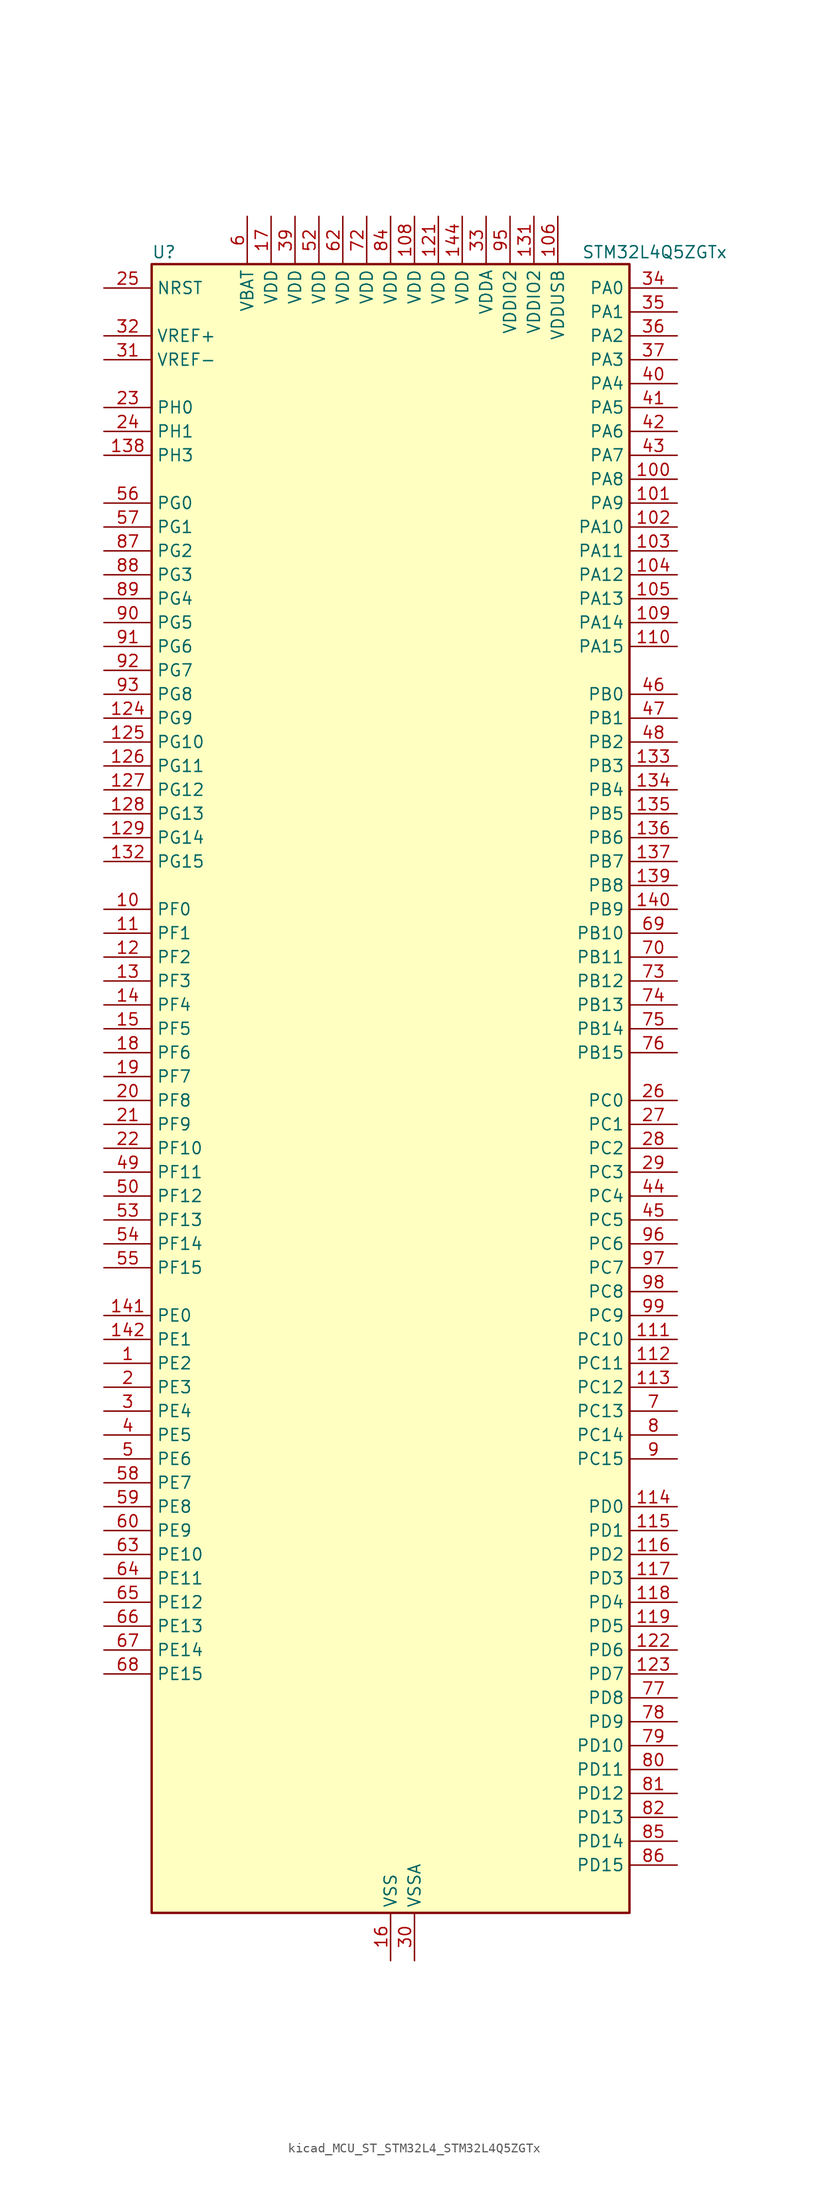
<source format=kicad_sym>
(kicad_symbol_lib
  (version 20220914)
  (generator kicad_symbol_editor)
  (symbol "kicad_MCU_ST_STM32L4_STM32L4Q5ZGTx"
    (property "Reference" "U"
      (at -25.4 90.17 0)
      (effects (font (size 1.27 1.27)) (justify left)))
    (property "Value" "STM32L4Q5ZGTx"
      (at 20.32 90.17 0)
      (effects (font (size 1.27 1.27)) (justify left)))
    (property "ki_locked" ""
      (at 0 0 0)
      (effects (font (size 1.27 1.27))))
    (symbol "kicad_MCU_ST_STM32L4_STM32L4Q5ZGTx_0_1"
      (rectangle (start -25.4 -86.36) (end 25.4 88.9) (stroke (width 0.254) (type default)) (fill (type background))))
    (symbol "kicad_MCU_ST_STM32L4_STM32L4Q5ZGTx_1_1"
      (pin bidirectional line (at -30.48 -27.94 0) (length 5.08) (name "PE2" (effects (font (size 1.27 1.27)))) (number "1" (effects (font (size 1.27 1.27)))) (alternate "FMC_A23" bidirectional line) (alternate "LTDC_R7" bidirectional line) (alternate "SAI1_CK1" bidirectional line) (alternate "SAI1_MCLK_A" bidirectional line) (alternate "SYS_TRACECLK" bidirectional line) (alternate "TIM3_ETR" bidirectional line) (alternate "TSC_G7_IO1" bidirectional line))
      (pin bidirectional line (at -30.48 20.32 0) (length 5.08) (name "PF0" (effects (font (size 1.27 1.27)))) (number "10" (effects (font (size 1.27 1.27)))) (alternate "FMC_A0" bidirectional line) (alternate "I2C2_SDA" bidirectional line) (alternate "OCTOSPIM_P2_IO0" bidirectional line))
      (pin bidirectional line (at 30.48 66.04 180) (length 5.08) (name "PA8" (effects (font (size 1.27 1.27)))) (number "100" (effects (font (size 1.27 1.27)))) (alternate "LPTIM2_OUT" bidirectional line) (alternate "LTDC_B7" bidirectional line) (alternate "RCC_MCO" bidirectional line) (alternate "SAI1_CK2" bidirectional line) (alternate "SAI1_SCK_A" bidirectional line) (alternate "TIM1_CH1" bidirectional line) (alternate "USART1_CK" bidirectional line) (alternate "USB_OTG_FS_SOF" bidirectional line))
      (pin bidirectional line (at 30.48 63.5 180) (length 5.08) (name "PA9" (effects (font (size 1.27 1.27)))) (number "101" (effects (font (size 1.27 1.27)))) (alternate "DAC1_EXTI9" bidirectional line) (alternate "DCMI_D0" bidirectional line) (alternate "LTDC_G7" bidirectional line) (alternate "PSSI_D0" bidirectional line) (alternate "SAI1_FS_A" bidirectional line) (alternate "SPI2_SCK" bidirectional line) (alternate "TIM15_BKIN" bidirectional line) (alternate "TIM1_CH2" bidirectional line) (alternate "USART1_TX" bidirectional line) (alternate "USB_OTG_FS_VBUS" bidirectional line))
      (pin bidirectional line (at 30.48 60.96 180) (length 5.08) (name "PA10" (effects (font (size 1.27 1.27)))) (number "102" (effects (font (size 1.27 1.27)))) (alternate "DCMI_D1" bidirectional line) (alternate "LTDC_G6" bidirectional line) (alternate "PSSI_D1" bidirectional line) (alternate "SAI1_D1" bidirectional line) (alternate "SAI1_SD_A" bidirectional line) (alternate "TIM17_BKIN" bidirectional line) (alternate "TIM1_CH3" bidirectional line) (alternate "USART1_RX" bidirectional line) (alternate "USB_OTG_FS_ID" bidirectional line))
      (pin bidirectional line (at 30.48 58.42 180) (length 5.08) (name "PA11" (effects (font (size 1.27 1.27)))) (number "103" (effects (font (size 1.27 1.27)))) (alternate "ADC1_EXTI11" bidirectional line) (alternate "ADC2_EXTI11" bidirectional line) (alternate "CAN1_RX" bidirectional line) (alternate "LTDC_DE" bidirectional line) (alternate "SPI1_MISO" bidirectional line) (alternate "TIM1_BKIN2" bidirectional line) (alternate "TIM1_CH4" bidirectional line) (alternate "USART1_CTS" bidirectional line) (alternate "USART1_NSS" bidirectional line) (alternate "USB_OTG_FS_DM" bidirectional line))
      (pin bidirectional line (at 30.48 55.88 180) (length 5.08) (name "PA12" (effects (font (size 1.27 1.27)))) (number "104" (effects (font (size 1.27 1.27)))) (alternate "CAN1_TX" bidirectional line) (alternate "LTDC_VSYNC" bidirectional line) (alternate "OCTOSPIM_P2_NCS" bidirectional line) (alternate "SPI1_MOSI" bidirectional line) (alternate "TIM1_ETR" bidirectional line) (alternate "USART1_DE" bidirectional line) (alternate "USART1_RTS" bidirectional line) (alternate "USB_OTG_FS_DP" bidirectional line))
      (pin bidirectional line (at 30.48 53.34 180) (length 5.08) (name "PA13" (effects (font (size 1.27 1.27)))) (number "105" (effects (font (size 1.27 1.27)))) (alternate "IR_OUT" bidirectional line) (alternate "SAI1_SD_B" bidirectional line) (alternate "SYS_JTMS-SWDIO" bidirectional line) (alternate "USB_OTG_FS_NOE" bidirectional line))
      (pin power_in line (at 17.78 93.98 270) (length 5.08) (name "VDDUSB" (effects (font (size 1.27 1.27)))) (number "106" (effects (font (size 1.27 1.27)))))
      (pin passive line (at 0 -91.44 90) (length 5.08) hide (name "VSS" (effects (font (size 1.27 1.27)))) (number "107" (effects (font (size 1.27 1.27)))))
      (pin power_in line (at 2.54 93.98 270) (length 5.08) (name "VDD" (effects (font (size 1.27 1.27)))) (number "108" (effects (font (size 1.27 1.27)))))
      (pin bidirectional line (at 30.48 50.8 180) (length 5.08) (name "PA14" (effects (font (size 1.27 1.27)))) (number "109" (effects (font (size 1.27 1.27)))) (alternate "I2C1_SMBA" bidirectional line) (alternate "I2C4_SMBA" bidirectional line) (alternate "LPTIM1_OUT" bidirectional line) (alternate "SAI1_FS_B" bidirectional line) (alternate "SYS_JTCK-SWCLK" bidirectional line) (alternate "USB_OTG_FS_SOF" bidirectional line))
      (pin bidirectional line (at -30.48 17.78 0) (length 5.08) (name "PF1" (effects (font (size 1.27 1.27)))) (number "11" (effects (font (size 1.27 1.27)))) (alternate "FMC_A1" bidirectional line) (alternate "I2C2_SCL" bidirectional line) (alternate "OCTOSPIM_P2_IO1" bidirectional line))
      (pin bidirectional line (at 30.48 48.26 180) (length 5.08) (name "PA15" (effects (font (size 1.27 1.27)))) (number "110" (effects (font (size 1.27 1.27)))) (alternate "ADC1_EXTI15" bidirectional line) (alternate "ADC2_EXTI15" bidirectional line) (alternate "LTDC_HSYNC" bidirectional line) (alternate "SAI2_FS_B" bidirectional line) (alternate "SPI1_NSS" bidirectional line) (alternate "SPI3_NSS" bidirectional line) (alternate "SYS_JTDI" bidirectional line) (alternate "TIM2_CH1" bidirectional line) (alternate "TIM2_ETR" bidirectional line) (alternate "TSC_G3_IO1" bidirectional line) (alternate "UART4_DE" bidirectional line) (alternate "UART4_RTS" bidirectional line) (alternate "USART2_RX" bidirectional line) (alternate "USART3_DE" bidirectional line) (alternate "USART3_RTS" bidirectional line))
      (pin bidirectional line (at 30.48 -25.4 180) (length 5.08) (name "PC10" (effects (font (size 1.27 1.27)))) (number "111" (effects (font (size 1.27 1.27)))) (alternate "DCMI_D8" bidirectional line) (alternate "DCMI_VSYNC" bidirectional line) (alternate "PSSI_D8" bidirectional line) (alternate "PSSI_RDY" bidirectional line) (alternate "SAI2_SCK_B" bidirectional line) (alternate "SDMMC1_D2" bidirectional line) (alternate "SPI3_SCK" bidirectional line) (alternate "SYS_TRACED1" bidirectional line) (alternate "TSC_G3_IO2" bidirectional line) (alternate "UART4_TX" bidirectional line) (alternate "USART3_TX" bidirectional line))
      (pin bidirectional line (at 30.48 -27.94 180) (length 5.08) (name "PC11" (effects (font (size 1.27 1.27)))) (number "112" (effects (font (size 1.27 1.27)))) (alternate "ADC1_EXTI11" bidirectional line) (alternate "ADC2_EXTI11" bidirectional line) (alternate "DCMI_D2" bidirectional line) (alternate "DCMI_D4" bidirectional line) (alternate "OCTOSPIM_P1_NCS" bidirectional line) (alternate "PSSI_D2" bidirectional line) (alternate "PSSI_D4" bidirectional line) (alternate "SAI2_MCLK_B" bidirectional line) (alternate "SDMMC1_D3" bidirectional line) (alternate "SPI3_MISO" bidirectional line) (alternate "TSC_G3_IO3" bidirectional line) (alternate "UART4_RX" bidirectional line) (alternate "USART3_RX" bidirectional line))
      (pin bidirectional line (at 30.48 -30.48 180) (length 5.08) (name "PC12" (effects (font (size 1.27 1.27)))) (number "113" (effects (font (size 1.27 1.27)))) (alternate "DCMI_D9" bidirectional line) (alternate "LTDC_R6" bidirectional line) (alternate "PSSI_D9" bidirectional line) (alternate "SAI2_SD_B" bidirectional line) (alternate "SDMMC1_CK" bidirectional line) (alternate "SPI3_MOSI" bidirectional line) (alternate "SYS_TRACED3" bidirectional line) (alternate "TSC_G3_IO4" bidirectional line) (alternate "UART5_TX" bidirectional line) (alternate "USART3_CK" bidirectional line))
      (pin bidirectional line (at 30.48 -43.18 180) (length 5.08) (name "PD0" (effects (font (size 1.27 1.27)))) (number "114" (effects (font (size 1.27 1.27)))) (alternate "CAN1_RX" bidirectional line) (alternate "FMC_D2" bidirectional line) (alternate "FMC_DA2" bidirectional line) (alternate "LTDC_B4" bidirectional line) (alternate "SPI2_NSS" bidirectional line))
      (pin bidirectional line (at 30.48 -45.72 180) (length 5.08) (name "PD1" (effects (font (size 1.27 1.27)))) (number "115" (effects (font (size 1.27 1.27)))) (alternate "CAN1_TX" bidirectional line) (alternate "FMC_D3" bidirectional line) (alternate "FMC_DA3" bidirectional line) (alternate "LTDC_B5" bidirectional line) (alternate "SPI2_SCK" bidirectional line))
      (pin bidirectional line (at 30.48 -48.26 180) (length 5.08) (name "PD2" (effects (font (size 1.27 1.27)))) (number "116" (effects (font (size 1.27 1.27)))) (alternate "DCMI_D11" bidirectional line) (alternate "PSSI_D11" bidirectional line) (alternate "SDMMC1_CMD" bidirectional line) (alternate "SYS_TRACED2" bidirectional line) (alternate "TIM3_ETR" bidirectional line) (alternate "TSC_SYNC" bidirectional line) (alternate "UART5_RX" bidirectional line) (alternate "USART3_DE" bidirectional line) (alternate "USART3_RTS" bidirectional line))
      (pin bidirectional line (at 30.48 -50.8 180) (length 5.08) (name "PD3" (effects (font (size 1.27 1.27)))) (number "117" (effects (font (size 1.27 1.27)))) (alternate "DCMI_D5" bidirectional line) (alternate "DFSDM1_DATIN0" bidirectional line) (alternate "FMC_CLK" bidirectional line) (alternate "LTDC_CLK" bidirectional line) (alternate "OCTOSPIM_P2_NCS" bidirectional line) (alternate "PSSI_D5" bidirectional line) (alternate "SPI2_MISO" bidirectional line) (alternate "SPI2_SCK" bidirectional line) (alternate "USART2_CTS" bidirectional line) (alternate "USART2_NSS" bidirectional line))
      (pin bidirectional line (at 30.48 -53.34 180) (length 5.08) (name "PD4" (effects (font (size 1.27 1.27)))) (number "118" (effects (font (size 1.27 1.27)))) (alternate "DFSDM1_CKIN0" bidirectional line) (alternate "FMC_NOE" bidirectional line) (alternate "OCTOSPIM_P1_IO4" bidirectional line) (alternate "SDMMC2_CKIN" bidirectional line) (alternate "SPI2_MOSI" bidirectional line) (alternate "USART2_DE" bidirectional line) (alternate "USART2_RTS" bidirectional line))
      (pin bidirectional line (at 30.48 -55.88 180) (length 5.08) (name "PD5" (effects (font (size 1.27 1.27)))) (number "119" (effects (font (size 1.27 1.27)))) (alternate "FMC_NWE" bidirectional line) (alternate "OCTOSPIM_P1_IO5" bidirectional line) (alternate "USART2_TX" bidirectional line))
      (pin bidirectional line (at -30.48 15.24 0) (length 5.08) (name "PF2" (effects (font (size 1.27 1.27)))) (number "12" (effects (font (size 1.27 1.27)))) (alternate "FMC_A2" bidirectional line) (alternate "I2C2_SMBA" bidirectional line) (alternate "OCTOSPIM_P2_IO2" bidirectional line))
      (pin passive line (at 0 -91.44 90) (length 5.08) hide (name "VSS" (effects (font (size 1.27 1.27)))) (number "120" (effects (font (size 1.27 1.27)))))
      (pin power_in line (at 5.08 93.98 270) (length 5.08) (name "VDD" (effects (font (size 1.27 1.27)))) (number "121" (effects (font (size 1.27 1.27)))))
      (pin bidirectional line (at 30.48 -58.42 180) (length 5.08) (name "PD6" (effects (font (size 1.27 1.27)))) (number "122" (effects (font (size 1.27 1.27)))) (alternate "DCMI_D10" bidirectional line) (alternate "DFSDM1_DATIN1" bidirectional line) (alternate "FMC_NWAIT" bidirectional line) (alternate "LTDC_DE" bidirectional line) (alternate "OCTOSPIM_P1_IO6" bidirectional line) (alternate "PSSI_D10" bidirectional line) (alternate "SAI1_D1" bidirectional line) (alternate "SAI1_SD_A" bidirectional line) (alternate "SDMMC2_CK" bidirectional line) (alternate "SPI3_MOSI" bidirectional line) (alternate "USART2_RX" bidirectional line))
      (pin bidirectional line (at 30.48 -60.96 180) (length 5.08) (name "PD7" (effects (font (size 1.27 1.27)))) (number "123" (effects (font (size 1.27 1.27)))) (alternate "DFSDM1_CKIN1" bidirectional line) (alternate "FMC_NCE" bidirectional line) (alternate "FMC_NE1" bidirectional line) (alternate "OCTOSPIM_P1_IO7" bidirectional line) (alternate "SDMMC2_CMD" bidirectional line) (alternate "USART2_CK" bidirectional line))
      (pin bidirectional line (at -30.48 40.64 0) (length 5.08) (name "PG9" (effects (font (size 1.27 1.27)))) (number "124" (effects (font (size 1.27 1.27)))) (alternate "DAC1_EXTI9" bidirectional line) (alternate "FMC_NCE" bidirectional line) (alternate "FMC_NE2" bidirectional line) (alternate "OCTOSPIM_P2_IO6" bidirectional line) (alternate "SAI2_SCK_A" bidirectional line) (alternate "SDMMC2_D0" bidirectional line) (alternate "SPI3_SCK" bidirectional line) (alternate "TIM15_CH1N" bidirectional line) (alternate "USART1_TX" bidirectional line))
      (pin bidirectional line (at -30.48 38.1 0) (length 5.08) (name "PG10" (effects (font (size 1.27 1.27)))) (number "125" (effects (font (size 1.27 1.27)))) (alternate "FMC_NE3" bidirectional line) (alternate "LPTIM1_IN1" bidirectional line) (alternate "OCTOSPIM_P2_IO7" bidirectional line) (alternate "SAI2_FS_A" bidirectional line) (alternate "SDMMC2_D1" bidirectional line) (alternate "SPI3_MISO" bidirectional line) (alternate "TIM15_CH1" bidirectional line) (alternate "USART1_RX" bidirectional line))
      (pin bidirectional line (at -30.48 35.56 0) (length 5.08) (name "PG11" (effects (font (size 1.27 1.27)))) (number "126" (effects (font (size 1.27 1.27)))) (alternate "ADC1_EXTI11" bidirectional line) (alternate "ADC2_EXTI11" bidirectional line) (alternate "LPTIM1_IN2" bidirectional line) (alternate "OCTOSPIM_P1_IO5" bidirectional line) (alternate "SAI2_MCLK_A" bidirectional line) (alternate "SDMMC2_D2" bidirectional line) (alternate "SPI3_MOSI" bidirectional line) (alternate "TIM15_CH2" bidirectional line) (alternate "USART1_CTS" bidirectional line) (alternate "USART1_NSS" bidirectional line))
      (pin bidirectional line (at -30.48 33.02 0) (length 5.08) (name "PG12" (effects (font (size 1.27 1.27)))) (number "127" (effects (font (size 1.27 1.27)))) (alternate "FMC_NE4" bidirectional line) (alternate "LPTIM1_ETR" bidirectional line) (alternate "OCTOSPIM_P2_NCS" bidirectional line) (alternate "SAI2_SD_A" bidirectional line) (alternate "SDMMC2_D3" bidirectional line) (alternate "SPI3_NSS" bidirectional line) (alternate "USART1_DE" bidirectional line) (alternate "USART1_RTS" bidirectional line))
      (pin bidirectional line (at -30.48 30.48 0) (length 5.08) (name "PG13" (effects (font (size 1.27 1.27)))) (number "128" (effects (font (size 1.27 1.27)))) (alternate "FMC_A24" bidirectional line) (alternate "I2C1_SDA" bidirectional line) (alternate "LTDC_R0" bidirectional line) (alternate "USART1_CK" bidirectional line))
      (pin bidirectional line (at -30.48 27.94 0) (length 5.08) (name "PG14" (effects (font (size 1.27 1.27)))) (number "129" (effects (font (size 1.27 1.27)))) (alternate "FMC_A25" bidirectional line) (alternate "I2C1_SCL" bidirectional line) (alternate "LTDC_R1" bidirectional line))
      (pin bidirectional line (at -30.48 12.7 0) (length 5.08) (name "PF3" (effects (font (size 1.27 1.27)))) (number "13" (effects (font (size 1.27 1.27)))) (alternate "FMC_A3" bidirectional line) (alternate "OCTOSPIM_P2_IO3" bidirectional line))
      (pin passive line (at 0 -91.44 90) (length 5.08) hide (name "VSS" (effects (font (size 1.27 1.27)))) (number "130" (effects (font (size 1.27 1.27)))))
      (pin power_in line (at 15.24 93.98 270) (length 5.08) (name "VDDIO2" (effects (font (size 1.27 1.27)))) (number "131" (effects (font (size 1.27 1.27)))))
      (pin bidirectional line (at -30.48 25.4 0) (length 5.08) (name "PG15" (effects (font (size 1.27 1.27)))) (number "132" (effects (font (size 1.27 1.27)))) (alternate "ADC1_EXTI15" bidirectional line) (alternate "ADC2_EXTI15" bidirectional line) (alternate "DCMI_D13" bidirectional line) (alternate "I2C1_SMBA" bidirectional line) (alternate "LPTIM1_OUT" bidirectional line) (alternate "OCTOSPIM_P2_DQS" bidirectional line) (alternate "PSSI_D13" bidirectional line))
      (pin bidirectional line (at 30.48 35.56 180) (length 5.08) (name "PB3" (effects (font (size 1.27 1.27)))) (number "133" (effects (font (size 1.27 1.27)))) (alternate "COMP2_INM" bidirectional line) (alternate "CRS_SYNC" bidirectional line) (alternate "OCTOSPIM_P1_IO4" bidirectional line) (alternate "SAI1_SCK_B" bidirectional line) (alternate "SDMMC2_D2" bidirectional line) (alternate "SPI1_SCK" bidirectional line) (alternate "SPI3_SCK" bidirectional line) (alternate "SYS_JTDO-SWO" bidirectional line) (alternate "TIM2_CH2" bidirectional line) (alternate "USART1_DE" bidirectional line) (alternate "USART1_RTS" bidirectional line))
      (pin bidirectional line (at 30.48 33.02 180) (length 5.08) (name "PB4" (effects (font (size 1.27 1.27)))) (number "134" (effects (font (size 1.27 1.27)))) (alternate "COMP2_INP" bidirectional line) (alternate "DCMI_D12" bidirectional line) (alternate "I2C3_SDA" bidirectional line) (alternate "OCTOSPIM_P1_IO5" bidirectional line) (alternate "PSSI_D12" bidirectional line) (alternate "SAI1_MCLK_B" bidirectional line) (alternate "SDMMC2_D3" bidirectional line) (alternate "SPI1_MISO" bidirectional line) (alternate "SPI3_MISO" bidirectional line) (alternate "SYS_JTRST" bidirectional line) (alternate "TIM17_BKIN" bidirectional line) (alternate "TIM3_CH1" bidirectional line) (alternate "TSC_G2_IO1" bidirectional line) (alternate "UART5_DE" bidirectional line) (alternate "UART5_RTS" bidirectional line) (alternate "USART1_CTS" bidirectional line) (alternate "USART1_NSS" bidirectional line))
      (pin bidirectional line (at 30.48 30.48 180) (length 5.08) (name "PB5" (effects (font (size 1.27 1.27)))) (number "135" (effects (font (size 1.27 1.27)))) (alternate "COMP2_OUT" bidirectional line) (alternate "DCMI_D10" bidirectional line) (alternate "I2C1_SMBA" bidirectional line) (alternate "LPTIM1_IN1" bidirectional line) (alternate "OCTOSPIM_P1_IO0" bidirectional line) (alternate "PSSI_D10" bidirectional line) (alternate "SAI1_SD_B" bidirectional line) (alternate "SPI1_MOSI" bidirectional line) (alternate "SPI3_MOSI" bidirectional line) (alternate "TIM16_BKIN" bidirectional line) (alternate "TIM3_CH2" bidirectional line) (alternate "TSC_G2_IO2" bidirectional line) (alternate "UART5_CTS" bidirectional line) (alternate "USART1_CK" bidirectional line))
      (pin bidirectional line (at 30.48 27.94 180) (length 5.08) (name "PB6" (effects (font (size 1.27 1.27)))) (number "136" (effects (font (size 1.27 1.27)))) (alternate "COMP2_INP" bidirectional line) (alternate "DCMI_D5" bidirectional line) (alternate "I2C1_SCL" bidirectional line) (alternate "I2C4_SCL" bidirectional line) (alternate "LPTIM1_ETR" bidirectional line) (alternate "LTDC_R6" bidirectional line) (alternate "PSSI_D5" bidirectional line) (alternate "SAI1_FS_B" bidirectional line) (alternate "TIM16_CH1N" bidirectional line) (alternate "TIM4_CH1" bidirectional line) (alternate "TIM8_BKIN2" bidirectional line) (alternate "TSC_G2_IO3" bidirectional line) (alternate "USART1_TX" bidirectional line))
      (pin bidirectional line (at 30.48 25.4 180) (length 5.08) (name "PB7" (effects (font (size 1.27 1.27)))) (number "137" (effects (font (size 1.27 1.27)))) (alternate "COMP2_INM" bidirectional line) (alternate "DCMI_VSYNC" bidirectional line) (alternate "FMC_NL" bidirectional line) (alternate "I2C1_SDA" bidirectional line) (alternate "I2C4_SDA" bidirectional line) (alternate "LPTIM1_IN2" bidirectional line) (alternate "LTDC_VSYNC" bidirectional line) (alternate "PSSI_RDY" bidirectional line) (alternate "SYS_PVD_IN" bidirectional line) (alternate "TIM17_CH1N" bidirectional line) (alternate "TIM4_CH2" bidirectional line) (alternate "TIM8_BKIN" bidirectional line) (alternate "TSC_G2_IO4" bidirectional line) (alternate "UART4_CTS" bidirectional line) (alternate "USART1_RX" bidirectional line))
      (pin bidirectional line (at -30.48 68.58 0) (length 5.08) (name "PH3" (effects (font (size 1.27 1.27)))) (number "138" (effects (font (size 1.27 1.27)))))
      (pin bidirectional line (at 30.48 22.86 180) (length 5.08) (name "PB8" (effects (font (size 1.27 1.27)))) (number "139" (effects (font (size 1.27 1.27)))) (alternate "CAN1_RX" bidirectional line) (alternate "DCMI_D6" bidirectional line) (alternate "DFSDM1_CKOUT" bidirectional line) (alternate "I2C1_SCL" bidirectional line) (alternate "LTDC_DE" bidirectional line) (alternate "PSSI_D6" bidirectional line) (alternate "SAI1_CK1" bidirectional line) (alternate "SAI1_MCLK_A" bidirectional line) (alternate "SDMMC1_CKIN" bidirectional line) (alternate "SDMMC1_D4" bidirectional line) (alternate "SDMMC2_D4" bidirectional line) (alternate "TIM16_CH1" bidirectional line) (alternate "TIM4_CH3" bidirectional line))
      (pin bidirectional line (at -30.48 10.16 0) (length 5.08) (name "PF4" (effects (font (size 1.27 1.27)))) (number "14" (effects (font (size 1.27 1.27)))) (alternate "FMC_A4" bidirectional line) (alternate "OCTOSPIM_P2_CLK" bidirectional line))
      (pin bidirectional line (at 30.48 20.32 180) (length 5.08) (name "PB9" (effects (font (size 1.27 1.27)))) (number "140" (effects (font (size 1.27 1.27)))) (alternate "CAN1_TX" bidirectional line) (alternate "DAC1_EXTI9" bidirectional line) (alternate "DCMI_D7" bidirectional line) (alternate "I2C1_SDA" bidirectional line) (alternate "IR_OUT" bidirectional line) (alternate "PSSI_D7" bidirectional line) (alternate "SAI1_D2" bidirectional line) (alternate "SAI1_FS_A" bidirectional line) (alternate "SDMMC1_CDIR" bidirectional line) (alternate "SDMMC1_D5" bidirectional line) (alternate "SDMMC2_D5" bidirectional line) (alternate "SPI2_NSS" bidirectional line) (alternate "TIM17_CH1" bidirectional line) (alternate "TIM4_CH4" bidirectional line))
      (pin bidirectional line (at -30.48 -22.86 0) (length 5.08) (name "PE0" (effects (font (size 1.27 1.27)))) (number "141" (effects (font (size 1.27 1.27)))) (alternate "DCMI_D2" bidirectional line) (alternate "FMC_NBL0" bidirectional line) (alternate "LTDC_HSYNC" bidirectional line) (alternate "PSSI_D2" bidirectional line) (alternate "TIM16_CH1" bidirectional line) (alternate "TIM4_ETR" bidirectional line))
      (pin bidirectional line (at -30.48 -25.4 0) (length 5.08) (name "PE1" (effects (font (size 1.27 1.27)))) (number "142" (effects (font (size 1.27 1.27)))) (alternate "DCMI_D3" bidirectional line) (alternate "FMC_NBL1" bidirectional line) (alternate "LTDC_VSYNC" bidirectional line) (alternate "PSSI_D3" bidirectional line) (alternate "TIM17_CH1" bidirectional line))
      (pin passive line (at 0 -91.44 90) (length 5.08) hide (name "VSS" (effects (font (size 1.27 1.27)))) (number "143" (effects (font (size 1.27 1.27)))))
      (pin power_in line (at 7.62 93.98 270) (length 5.08) (name "VDD" (effects (font (size 1.27 1.27)))) (number "144" (effects (font (size 1.27 1.27)))))
      (pin bidirectional line (at -30.48 7.62 0) (length 5.08) (name "PF5" (effects (font (size 1.27 1.27)))) (number "15" (effects (font (size 1.27 1.27)))) (alternate "FMC_A5" bidirectional line) (alternate "OCTOSPIM_P2_NCLK" bidirectional line))
      (pin power_in line (at 0 -91.44 90) (length 5.08) (name "VSS" (effects (font (size 1.27 1.27)))) (number "16" (effects (font (size 1.27 1.27)))))
      (pin power_in line (at -12.7 93.98 270) (length 5.08) (name "VDD" (effects (font (size 1.27 1.27)))) (number "17" (effects (font (size 1.27 1.27)))))
      (pin bidirectional line (at -30.48 5.08 0) (length 5.08) (name "PF6" (effects (font (size 1.27 1.27)))) (number "18" (effects (font (size 1.27 1.27)))) (alternate "OCTOSPIM_P1_IO3" bidirectional line) (alternate "SAI1_SD_B" bidirectional line) (alternate "TIM5_CH1" bidirectional line) (alternate "TIM5_ETR" bidirectional line))
      (pin bidirectional line (at -30.48 2.54 0) (length 5.08) (name "PF7" (effects (font (size 1.27 1.27)))) (number "19" (effects (font (size 1.27 1.27)))) (alternate "OCTOSPIM_P1_IO2" bidirectional line) (alternate "SAI1_MCLK_B" bidirectional line) (alternate "TIM5_CH2" bidirectional line))
      (pin bidirectional line (at -30.48 -30.48 0) (length 5.08) (name "PE3" (effects (font (size 1.27 1.27)))) (number "2" (effects (font (size 1.27 1.27)))) (alternate "FMC_A19" bidirectional line) (alternate "LTDC_R6" bidirectional line) (alternate "OCTOSPIM_P1_DQS" bidirectional line) (alternate "SAI1_SD_B" bidirectional line) (alternate "SYS_TRACED0" bidirectional line) (alternate "TIM3_CH1" bidirectional line) (alternate "TSC_G7_IO2" bidirectional line))
      (pin bidirectional line (at -30.48 0 0) (length 5.08) (name "PF8" (effects (font (size 1.27 1.27)))) (number "20" (effects (font (size 1.27 1.27)))) (alternate "OCTOSPIM_P1_IO0" bidirectional line) (alternate "SAI1_SCK_B" bidirectional line) (alternate "TIM5_CH3" bidirectional line))
      (pin bidirectional line (at -30.48 -2.54 0) (length 5.08) (name "PF9" (effects (font (size 1.27 1.27)))) (number "21" (effects (font (size 1.27 1.27)))) (alternate "DAC1_EXTI9" bidirectional line) (alternate "OCTOSPIM_P1_IO1" bidirectional line) (alternate "SAI1_FS_B" bidirectional line) (alternate "TIM15_CH1" bidirectional line) (alternate "TIM5_CH4" bidirectional line))
      (pin bidirectional line (at -30.48 -5.08 0) (length 5.08) (name "PF10" (effects (font (size 1.27 1.27)))) (number "22" (effects (font (size 1.27 1.27)))) (alternate "DCMI_D11" bidirectional line) (alternate "DFSDM1_CKOUT" bidirectional line) (alternate "OCTOSPIM_P1_CLK" bidirectional line) (alternate "PSSI_D11" bidirectional line) (alternate "PSSI_D15" bidirectional line) (alternate "SAI1_D3" bidirectional line) (alternate "TIM15_CH2" bidirectional line))
      (pin bidirectional line (at -30.48 73.66 0) (length 5.08) (name "PH0" (effects (font (size 1.27 1.27)))) (number "23" (effects (font (size 1.27 1.27)))) (alternate "RCC_OSC_IN" bidirectional line))
      (pin bidirectional line (at -30.48 71.12 0) (length 5.08) (name "PH1" (effects (font (size 1.27 1.27)))) (number "24" (effects (font (size 1.27 1.27)))) (alternate "RCC_OSC_OUT" bidirectional line))
      (pin input line (at -30.48 86.36 0) (length 5.08) (name "NRST" (effects (font (size 1.27 1.27)))) (number "25" (effects (font (size 1.27 1.27)))))
      (pin bidirectional line (at 30.48 0 180) (length 5.08) (name "PC0" (effects (font (size 1.27 1.27)))) (number "26" (effects (font (size 1.27 1.27)))) (alternate "ADC1_IN1" bidirectional line) (alternate "ADC2_IN1" bidirectional line) (alternate "I2C3_SCL" bidirectional line) (alternate "LPTIM1_IN1" bidirectional line) (alternate "LPTIM2_IN1" bidirectional line) (alternate "LPUART1_RX" bidirectional line) (alternate "LTDC_DE" bidirectional line) (alternate "SAI2_FS_A" bidirectional line) (alternate "SDMMC1_CMD" bidirectional line) (alternate "SDMMC2_CKIN" bidirectional line))
      (pin bidirectional line (at 30.48 -2.54 180) (length 5.08) (name "PC1" (effects (font (size 1.27 1.27)))) (number "27" (effects (font (size 1.27 1.27)))) (alternate "ADC1_IN2" bidirectional line) (alternate "ADC2_IN2" bidirectional line) (alternate "I2C3_SDA" bidirectional line) (alternate "LPTIM1_OUT" bidirectional line) (alternate "LPUART1_TX" bidirectional line) (alternate "OCTOSPIM_P1_IO4" bidirectional line) (alternate "SAI1_SD_A" bidirectional line) (alternate "SPI2_MOSI" bidirectional line) (alternate "SYS_TRACED0" bidirectional line))
      (pin bidirectional line (at 30.48 -5.08 180) (length 5.08) (name "PC2" (effects (font (size 1.27 1.27)))) (number "28" (effects (font (size 1.27 1.27)))) (alternate "ADC1_IN3" bidirectional line) (alternate "ADC2_IN3" bidirectional line) (alternate "DFSDM1_CKOUT" bidirectional line) (alternate "LPTIM1_IN2" bidirectional line) (alternate "LTDC_HSYNC" bidirectional line) (alternate "OCTOSPIM_P1_IO5" bidirectional line) (alternate "SPI2_MISO" bidirectional line))
      (pin bidirectional line (at 30.48 -7.62 180) (length 5.08) (name "PC3" (effects (font (size 1.27 1.27)))) (number "29" (effects (font (size 1.27 1.27)))) (alternate "ADC1_IN4" bidirectional line) (alternate "ADC2_IN4" bidirectional line) (alternate "LPTIM1_ETR" bidirectional line) (alternate "LPTIM2_ETR" bidirectional line) (alternate "OCTOSPIM_P1_IO6" bidirectional line) (alternate "SAI1_D1" bidirectional line) (alternate "SAI1_SD_A" bidirectional line) (alternate "SPI2_MOSI" bidirectional line))
      (pin bidirectional line (at -30.48 -33.02 0) (length 5.08) (name "PE4" (effects (font (size 1.27 1.27)))) (number "3" (effects (font (size 1.27 1.27)))) (alternate "DCMI_D4" bidirectional line) (alternate "DFSDM1_DATIN3" bidirectional line) (alternate "FMC_A20" bidirectional line) (alternate "LTDC_B7" bidirectional line) (alternate "PSSI_D4" bidirectional line) (alternate "SAI1_D2" bidirectional line) (alternate "SAI1_FS_A" bidirectional line) (alternate "SYS_TRACED1" bidirectional line) (alternate "TIM3_CH2" bidirectional line) (alternate "TSC_G7_IO3" bidirectional line))
      (pin power_in line (at 2.54 -91.44 90) (length 5.08) (name "VSSA" (effects (font (size 1.27 1.27)))) (number "30" (effects (font (size 1.27 1.27)))))
      (pin input line (at -30.48 78.74 0) (length 5.08) (name "VREF-" (effects (font (size 1.27 1.27)))) (number "31" (effects (font (size 1.27 1.27)))))
      (pin input line (at -30.48 81.28 0) (length 5.08) (name "VREF+" (effects (font (size 1.27 1.27)))) (number "32" (effects (font (size 1.27 1.27)))) (alternate "VREFBUF_OUT" bidirectional line))
      (pin power_in line (at 10.16 93.98 270) (length 5.08) (name "VDDA" (effects (font (size 1.27 1.27)))) (number "33" (effects (font (size 1.27 1.27)))))
      (pin bidirectional line (at 30.48 86.36 180) (length 5.08) (name "PA0" (effects (font (size 1.27 1.27)))) (number "34" (effects (font (size 1.27 1.27)))) (alternate "ADC1_IN5" bidirectional line) (alternate "ADC2_IN5" bidirectional line) (alternate "OPAMP1_VINP" bidirectional line) (alternate "RTC_TAMP2" bidirectional line) (alternate "SAI1_EXTCLK" bidirectional line) (alternate "SYS_WKUP1" bidirectional line) (alternate "TIM2_CH1" bidirectional line) (alternate "TIM2_ETR" bidirectional line) (alternate "TIM5_CH1" bidirectional line) (alternate "TIM8_ETR" bidirectional line) (alternate "UART4_TX" bidirectional line) (alternate "USART2_CTS" bidirectional line) (alternate "USART2_NSS" bidirectional line))
      (pin bidirectional line (at 30.48 83.82 180) (length 5.08) (name "PA1" (effects (font (size 1.27 1.27)))) (number "35" (effects (font (size 1.27 1.27)))) (alternate "ADC1_IN6" bidirectional line) (alternate "ADC2_IN6" bidirectional line) (alternate "I2C1_SMBA" bidirectional line) (alternate "OCTOSPIM_P1_DQS" bidirectional line) (alternate "OPAMP1_VINM" bidirectional line) (alternate "SDMMC2_CMD" bidirectional line) (alternate "SPI1_SCK" bidirectional line) (alternate "TIM15_CH1N" bidirectional line) (alternate "TIM2_CH2" bidirectional line) (alternate "TIM5_CH2" bidirectional line) (alternate "UART4_RX" bidirectional line) (alternate "USART2_DE" bidirectional line) (alternate "USART2_RTS" bidirectional line))
      (pin bidirectional line (at 30.48 81.28 180) (length 5.08) (name "PA2" (effects (font (size 1.27 1.27)))) (number "36" (effects (font (size 1.27 1.27)))) (alternate "ADC1_IN7" bidirectional line) (alternate "ADC2_IN7" bidirectional line) (alternate "LPUART1_TX" bidirectional line) (alternate "OCTOSPIM_P1_NCS" bidirectional line) (alternate "RCC_LSCO" bidirectional line) (alternate "SAI2_EXTCLK" bidirectional line) (alternate "SYS_WKUP4" bidirectional line) (alternate "TIM15_CH1" bidirectional line) (alternate "TIM2_CH3" bidirectional line) (alternate "TIM5_CH3" bidirectional line) (alternate "USART2_TX" bidirectional line))
      (pin bidirectional line (at 30.48 78.74 180) (length 5.08) (name "PA3" (effects (font (size 1.27 1.27)))) (number "37" (effects (font (size 1.27 1.27)))) (alternate "ADC1_IN8" bidirectional line) (alternate "ADC2_IN8" bidirectional line) (alternate "LPUART1_RX" bidirectional line) (alternate "OCTOSPIM_P1_CLK" bidirectional line) (alternate "OPAMP1_VOUT" bidirectional line) (alternate "SAI1_CK1" bidirectional line) (alternate "SAI1_MCLK_A" bidirectional line) (alternate "TIM15_CH2" bidirectional line) (alternate "TIM2_CH4" bidirectional line) (alternate "TIM5_CH4" bidirectional line) (alternate "USART2_RX" bidirectional line))
      (pin passive line (at 0 -91.44 90) (length 5.08) hide (name "VSS" (effects (font (size 1.27 1.27)))) (number "38" (effects (font (size 1.27 1.27)))))
      (pin power_in line (at -10.16 93.98 270) (length 5.08) (name "VDD" (effects (font (size 1.27 1.27)))) (number "39" (effects (font (size 1.27 1.27)))))
      (pin bidirectional line (at -30.48 -35.56 0) (length 5.08) (name "PE5" (effects (font (size 1.27 1.27)))) (number "4" (effects (font (size 1.27 1.27)))) (alternate "DCMI_D6" bidirectional line) (alternate "DFSDM1_CKIN3" bidirectional line) (alternate "FMC_A21" bidirectional line) (alternate "LTDC_G7" bidirectional line) (alternate "PSSI_D6" bidirectional line) (alternate "SAI1_CK2" bidirectional line) (alternate "SAI1_SCK_A" bidirectional line) (alternate "SYS_TRACED2" bidirectional line) (alternate "TIM3_CH3" bidirectional line) (alternate "TSC_G7_IO4" bidirectional line))
      (pin bidirectional line (at 30.48 76.2 180) (length 5.08) (name "PA4" (effects (font (size 1.27 1.27)))) (number "40" (effects (font (size 1.27 1.27)))) (alternate "ADC1_IN9" bidirectional line) (alternate "ADC2_IN9" bidirectional line) (alternate "DAC1_OUT1" bidirectional line) (alternate "DCMI_HSYNC" bidirectional line) (alternate "LPTIM2_OUT" bidirectional line) (alternate "LTDC_CLK" bidirectional line) (alternate "OCTOSPIM_P1_NCS" bidirectional line) (alternate "PSSI_DE" bidirectional line) (alternate "SAI1_FS_B" bidirectional line) (alternate "SPI1_NSS" bidirectional line) (alternate "SPI3_NSS" bidirectional line) (alternate "USART2_CK" bidirectional line))
      (pin bidirectional line (at 30.48 73.66 180) (length 5.08) (name "PA5" (effects (font (size 1.27 1.27)))) (number "41" (effects (font (size 1.27 1.27)))) (alternate "ADC1_IN10" bidirectional line) (alternate "ADC2_IN10" bidirectional line) (alternate "DAC1_OUT2" bidirectional line) (alternate "LPTIM2_ETR" bidirectional line) (alternate "LTDC_R7" bidirectional line) (alternate "PSSI_D14" bidirectional line) (alternate "SPI1_SCK" bidirectional line) (alternate "TIM2_CH1" bidirectional line) (alternate "TIM2_ETR" bidirectional line) (alternate "TIM8_CH1N" bidirectional line))
      (pin bidirectional line (at 30.48 71.12 180) (length 5.08) (name "PA6" (effects (font (size 1.27 1.27)))) (number "42" (effects (font (size 1.27 1.27)))) (alternate "ADC1_IN11" bidirectional line) (alternate "ADC2_IN11" bidirectional line) (alternate "DCMI_PIXCLK" bidirectional line) (alternate "LPUART1_CTS" bidirectional line) (alternate "OCTOSPIM_P1_IO3" bidirectional line) (alternate "OPAMP2_VINP" bidirectional line) (alternate "PSSI_PDCK" bidirectional line) (alternate "SPI1_MISO" bidirectional line) (alternate "TIM16_CH1" bidirectional line) (alternate "TIM1_BKIN" bidirectional line) (alternate "TIM3_CH1" bidirectional line) (alternate "TIM8_BKIN" bidirectional line) (alternate "USART3_CTS" bidirectional line) (alternate "USART3_NSS" bidirectional line))
      (pin bidirectional line (at 30.48 68.58 180) (length 5.08) (name "PA7" (effects (font (size 1.27 1.27)))) (number "43" (effects (font (size 1.27 1.27)))) (alternate "ADC1_IN12" bidirectional line) (alternate "ADC2_IN12" bidirectional line) (alternate "I2C3_SCL" bidirectional line) (alternate "OCTOSPIM_P1_IO2" bidirectional line) (alternate "OPAMP2_VINM" bidirectional line) (alternate "SPI1_MOSI" bidirectional line) (alternate "TIM17_CH1" bidirectional line) (alternate "TIM1_CH1N" bidirectional line) (alternate "TIM3_CH2" bidirectional line) (alternate "TIM8_CH1N" bidirectional line))
      (pin bidirectional line (at 30.48 -10.16 180) (length 5.08) (name "PC4" (effects (font (size 1.27 1.27)))) (number "44" (effects (font (size 1.27 1.27)))) (alternate "ADC1_IN13" bidirectional line) (alternate "ADC2_IN13" bidirectional line) (alternate "COMP1_INM" bidirectional line) (alternate "OCTOSPIM_P1_IO7" bidirectional line) (alternate "OCTOSPIM_P2_NCS" bidirectional line) (alternate "USART3_TX" bidirectional line))
      (pin bidirectional line (at 30.48 -12.7 180) (length 5.08) (name "PC5" (effects (font (size 1.27 1.27)))) (number "45" (effects (font (size 1.27 1.27)))) (alternate "ADC1_IN14" bidirectional line) (alternate "ADC2_IN14" bidirectional line) (alternate "COMP1_INP" bidirectional line) (alternate "LTDC_CLK" bidirectional line) (alternate "PSSI_D15" bidirectional line) (alternate "SAI1_D3" bidirectional line) (alternate "SYS_WKUP5" bidirectional line) (alternate "USART3_RX" bidirectional line))
      (pin bidirectional line (at 30.48 43.18 180) (length 5.08) (name "PB0" (effects (font (size 1.27 1.27)))) (number "46" (effects (font (size 1.27 1.27)))) (alternate "ADC1_IN15" bidirectional line) (alternate "ADC2_IN15" bidirectional line) (alternate "COMP1_OUT" bidirectional line) (alternate "LTDC_B6" bidirectional line) (alternate "OCTOSPIM_P1_IO1" bidirectional line) (alternate "OPAMP2_VOUT" bidirectional line) (alternate "SAI1_EXTCLK" bidirectional line) (alternate "SPI1_NSS" bidirectional line) (alternate "TIM1_CH2N" bidirectional line) (alternate "TIM3_CH3" bidirectional line) (alternate "TIM8_CH2N" bidirectional line) (alternate "USART3_CK" bidirectional line))
      (pin bidirectional line (at 30.48 40.64 180) (length 5.08) (name "PB1" (effects (font (size 1.27 1.27)))) (number "47" (effects (font (size 1.27 1.27)))) (alternate "ADC1_IN16" bidirectional line) (alternate "ADC2_IN16" bidirectional line) (alternate "COMP1_INM" bidirectional line) (alternate "DFSDM1_DATIN0" bidirectional line) (alternate "LPTIM2_IN1" bidirectional line) (alternate "LPUART1_DE" bidirectional line) (alternate "LPUART1_RTS" bidirectional line) (alternate "LTDC_G6" bidirectional line) (alternate "OCTOSPIM_P1_IO0" bidirectional line) (alternate "TIM1_CH3N" bidirectional line) (alternate "TIM3_CH4" bidirectional line) (alternate "TIM8_CH3N" bidirectional line) (alternate "USART3_DE" bidirectional line) (alternate "USART3_RTS" bidirectional line))
      (pin bidirectional line (at 30.48 38.1 180) (length 5.08) (name "PB2" (effects (font (size 1.27 1.27)))) (number "48" (effects (font (size 1.27 1.27)))) (alternate "COMP1_INP" bidirectional line) (alternate "DFSDM1_CKIN0" bidirectional line) (alternate "I2C3_SMBA" bidirectional line) (alternate "LPTIM1_OUT" bidirectional line) (alternate "OCTOSPIM_P1_DQS" bidirectional line) (alternate "RTC_OUT2" bidirectional line))
      (pin bidirectional line (at -30.48 -7.62 0) (length 5.08) (name "PF11" (effects (font (size 1.27 1.27)))) (number "49" (effects (font (size 1.27 1.27)))) (alternate "ADC1_EXTI11" bidirectional line) (alternate "ADC2_EXTI11" bidirectional line) (alternate "DCMI_D12" bidirectional line) (alternate "LTDC_DE" bidirectional line) (alternate "OCTOSPIM_P1_NCLK" bidirectional line) (alternate "PSSI_D12" bidirectional line))
      (pin bidirectional line (at -30.48 -38.1 0) (length 5.08) (name "PE6" (effects (font (size 1.27 1.27)))) (number "5" (effects (font (size 1.27 1.27)))) (alternate "DCMI_D7" bidirectional line) (alternate "FMC_A22" bidirectional line) (alternate "LTDC_G6" bidirectional line) (alternate "PSSI_D7" bidirectional line) (alternate "RTC_TAMP3" bidirectional line) (alternate "SAI1_D1" bidirectional line) (alternate "SAI1_SD_A" bidirectional line) (alternate "SYS_TRACED3" bidirectional line) (alternate "SYS_WKUP3" bidirectional line) (alternate "TIM3_CH4" bidirectional line))
      (pin bidirectional line (at -30.48 -10.16 0) (length 5.08) (name "PF12" (effects (font (size 1.27 1.27)))) (number "50" (effects (font (size 1.27 1.27)))) (alternate "FMC_A6" bidirectional line) (alternate "LTDC_B0" bidirectional line) (alternate "OCTOSPIM_P2_DQS" bidirectional line))
      (pin passive line (at 0 -91.44 90) (length 5.08) hide (name "VSS" (effects (font (size 1.27 1.27)))) (number "51" (effects (font (size 1.27 1.27)))))
      (pin power_in line (at -7.62 93.98 270) (length 5.08) (name "VDD" (effects (font (size 1.27 1.27)))) (number "52" (effects (font (size 1.27 1.27)))))
      (pin bidirectional line (at -30.48 -12.7 0) (length 5.08) (name "PF13" (effects (font (size 1.27 1.27)))) (number "53" (effects (font (size 1.27 1.27)))) (alternate "FMC_A7" bidirectional line) (alternate "I2C4_SMBA" bidirectional line) (alternate "LTDC_B1" bidirectional line))
      (pin bidirectional line (at -30.48 -15.24 0) (length 5.08) (name "PF14" (effects (font (size 1.27 1.27)))) (number "54" (effects (font (size 1.27 1.27)))) (alternate "FMC_A8" bidirectional line) (alternate "I2C4_SCL" bidirectional line) (alternate "LTDC_G0" bidirectional line) (alternate "TSC_G8_IO1" bidirectional line))
      (pin bidirectional line (at -30.48 -17.78 0) (length 5.08) (name "PF15" (effects (font (size 1.27 1.27)))) (number "55" (effects (font (size 1.27 1.27)))) (alternate "ADC1_EXTI15" bidirectional line) (alternate "ADC2_EXTI15" bidirectional line) (alternate "FMC_A9" bidirectional line) (alternate "I2C4_SDA" bidirectional line) (alternate "LTDC_G1" bidirectional line) (alternate "TSC_G8_IO2" bidirectional line))
      (pin bidirectional line (at -30.48 63.5 0) (length 5.08) (name "PG0" (effects (font (size 1.27 1.27)))) (number "56" (effects (font (size 1.27 1.27)))) (alternate "FMC_A10" bidirectional line) (alternate "OCTOSPIM_P2_IO4" bidirectional line) (alternate "TSC_G8_IO3" bidirectional line))
      (pin bidirectional line (at -30.48 60.96 0) (length 5.08) (name "PG1" (effects (font (size 1.27 1.27)))) (number "57" (effects (font (size 1.27 1.27)))) (alternate "FMC_A11" bidirectional line) (alternate "OCTOSPIM_P2_IO5" bidirectional line) (alternate "TSC_G8_IO4" bidirectional line))
      (pin bidirectional line (at -30.48 -40.64 0) (length 5.08) (name "PE7" (effects (font (size 1.27 1.27)))) (number "58" (effects (font (size 1.27 1.27)))) (alternate "DFSDM1_DATIN2" bidirectional line) (alternate "FMC_D4" bidirectional line) (alternate "FMC_DA4" bidirectional line) (alternate "LTDC_B6" bidirectional line) (alternate "SAI1_SD_B" bidirectional line) (alternate "TIM1_ETR" bidirectional line))
      (pin bidirectional line (at -30.48 -43.18 0) (length 5.08) (name "PE8" (effects (font (size 1.27 1.27)))) (number "59" (effects (font (size 1.27 1.27)))) (alternate "DFSDM1_CKIN2" bidirectional line) (alternate "FMC_D5" bidirectional line) (alternate "FMC_DA5" bidirectional line) (alternate "LTDC_B7" bidirectional line) (alternate "SAI1_SCK_B" bidirectional line) (alternate "TIM1_CH1N" bidirectional line))
      (pin power_in line (at -15.24 93.98 270) (length 5.08) (name "VBAT" (effects (font (size 1.27 1.27)))) (number "6" (effects (font (size 1.27 1.27)))))
      (pin bidirectional line (at -30.48 -45.72 0) (length 5.08) (name "PE9" (effects (font (size 1.27 1.27)))) (number "60" (effects (font (size 1.27 1.27)))) (alternate "DAC1_EXTI9" bidirectional line) (alternate "DFSDM1_CKOUT" bidirectional line) (alternate "FMC_D6" bidirectional line) (alternate "FMC_DA6" bidirectional line) (alternate "LTDC_G2" bidirectional line) (alternate "OCTOSPIM_P1_NCLK" bidirectional line) (alternate "SAI1_FS_B" bidirectional line) (alternate "TIM1_CH1" bidirectional line))
      (pin passive line (at 0 -91.44 90) (length 5.08) hide (name "VSS" (effects (font (size 1.27 1.27)))) (number "61" (effects (font (size 1.27 1.27)))))
      (pin power_in line (at -5.08 93.98 270) (length 5.08) (name "VDD" (effects (font (size 1.27 1.27)))) (number "62" (effects (font (size 1.27 1.27)))))
      (pin bidirectional line (at -30.48 -48.26 0) (length 5.08) (name "PE10" (effects (font (size 1.27 1.27)))) (number "63" (effects (font (size 1.27 1.27)))) (alternate "FMC_D7" bidirectional line) (alternate "FMC_DA7" bidirectional line) (alternate "LTDC_G3" bidirectional line) (alternate "OCTOSPIM_P1_CLK" bidirectional line) (alternate "SAI1_MCLK_B" bidirectional line) (alternate "TIM1_CH2N" bidirectional line) (alternate "TSC_G5_IO1" bidirectional line))
      (pin bidirectional line (at -30.48 -50.8 0) (length 5.08) (name "PE11" (effects (font (size 1.27 1.27)))) (number "64" (effects (font (size 1.27 1.27)))) (alternate "ADC1_EXTI11" bidirectional line) (alternate "ADC2_EXTI11" bidirectional line) (alternate "FMC_D8" bidirectional line) (alternate "FMC_DA8" bidirectional line) (alternate "LTDC_G4" bidirectional line) (alternate "OCTOSPIM_P1_NCS" bidirectional line) (alternate "TIM1_CH2" bidirectional line) (alternate "TSC_G5_IO2" bidirectional line))
      (pin bidirectional line (at -30.48 -53.34 0) (length 5.08) (name "PE12" (effects (font (size 1.27 1.27)))) (number "65" (effects (font (size 1.27 1.27)))) (alternate "FMC_D9" bidirectional line) (alternate "FMC_DA9" bidirectional line) (alternate "LTDC_G5" bidirectional line) (alternate "OCTOSPIM_P1_IO0" bidirectional line) (alternate "SPI1_NSS" bidirectional line) (alternate "TIM1_CH3N" bidirectional line) (alternate "TSC_G5_IO3" bidirectional line))
      (pin bidirectional line (at -30.48 -55.88 0) (length 5.08) (name "PE13" (effects (font (size 1.27 1.27)))) (number "66" (effects (font (size 1.27 1.27)))) (alternate "FMC_D10" bidirectional line) (alternate "FMC_DA10" bidirectional line) (alternate "LTDC_G6" bidirectional line) (alternate "OCTOSPIM_P1_IO1" bidirectional line) (alternate "SPI1_SCK" bidirectional line) (alternate "TIM1_CH3" bidirectional line) (alternate "TSC_G5_IO4" bidirectional line))
      (pin bidirectional line (at -30.48 -58.42 0) (length 5.08) (name "PE14" (effects (font (size 1.27 1.27)))) (number "67" (effects (font (size 1.27 1.27)))) (alternate "FMC_D11" bidirectional line) (alternate "FMC_DA11" bidirectional line) (alternate "LTDC_G7" bidirectional line) (alternate "OCTOSPIM_P1_IO2" bidirectional line) (alternate "SPI1_MISO" bidirectional line) (alternate "TIM1_BKIN2" bidirectional line) (alternate "TIM1_CH4" bidirectional line))
      (pin bidirectional line (at -30.48 -60.96 0) (length 5.08) (name "PE15" (effects (font (size 1.27 1.27)))) (number "68" (effects (font (size 1.27 1.27)))) (alternate "ADC1_EXTI15" bidirectional line) (alternate "ADC2_EXTI15" bidirectional line) (alternate "FMC_D12" bidirectional line) (alternate "FMC_DA12" bidirectional line) (alternate "LTDC_R2" bidirectional line) (alternate "OCTOSPIM_P1_IO3" bidirectional line) (alternate "SPI1_MOSI" bidirectional line) (alternate "TIM1_BKIN" bidirectional line))
      (pin bidirectional line (at 30.48 17.78 180) (length 5.08) (name "PB10" (effects (font (size 1.27 1.27)))) (number "69" (effects (font (size 1.27 1.27)))) (alternate "COMP1_OUT" bidirectional line) (alternate "I2C2_SCL" bidirectional line) (alternate "I2C4_SCL" bidirectional line) (alternate "LPUART1_RX" bidirectional line) (alternate "OCTOSPIM_P1_CLK" bidirectional line) (alternate "OCTOSPIM_P1_IO3" bidirectional line) (alternate "SAI1_SCK_A" bidirectional line) (alternate "SPI2_SCK" bidirectional line) (alternate "TIM2_CH3" bidirectional line) (alternate "TSC_SYNC" bidirectional line) (alternate "USART3_TX" bidirectional line))
      (pin bidirectional line (at 30.48 -33.02 180) (length 5.08) (name "PC13" (effects (font (size 1.27 1.27)))) (number "7" (effects (font (size 1.27 1.27)))) (alternate "RTC_OUT1" bidirectional line) (alternate "RTC_TAMP1" bidirectional line) (alternate "RTC_TS" bidirectional line) (alternate "SYS_WKUP2" bidirectional line))
      (pin bidirectional line (at 30.48 15.24 180) (length 5.08) (name "PB11" (effects (font (size 1.27 1.27)))) (number "70" (effects (font (size 1.27 1.27)))) (alternate "ADC1_EXTI11" bidirectional line) (alternate "ADC2_EXTI11" bidirectional line) (alternate "COMP2_OUT" bidirectional line) (alternate "I2C2_SDA" bidirectional line) (alternate "I2C4_SDA" bidirectional line) (alternate "LPUART1_TX" bidirectional line) (alternate "LTDC_VSYNC" bidirectional line) (alternate "OCTOSPIM_P1_NCS" bidirectional line) (alternate "TIM2_CH4" bidirectional line) (alternate "USART3_RX" bidirectional line))
      (pin passive line (at 0 -91.44 90) (length 5.08) hide (name "VSS" (effects (font (size 1.27 1.27)))) (number "71" (effects (font (size 1.27 1.27)))))
      (pin power_in line (at -2.54 93.98 270) (length 5.08) (name "VDD" (effects (font (size 1.27 1.27)))) (number "72" (effects (font (size 1.27 1.27)))))
      (pin bidirectional line (at 30.48 12.7 180) (length 5.08) (name "PB12" (effects (font (size 1.27 1.27)))) (number "73" (effects (font (size 1.27 1.27)))) (alternate "DFSDM1_DATIN1" bidirectional line) (alternate "I2C2_SMBA" bidirectional line) (alternate "LPUART1_DE" bidirectional line) (alternate "LPUART1_RTS" bidirectional line) (alternate "OCTOSPIM_P1_NCLK" bidirectional line) (alternate "SAI2_FS_A" bidirectional line) (alternate "SDMMC2_CK" bidirectional line) (alternate "SPI2_NSS" bidirectional line) (alternate "TIM15_BKIN" bidirectional line) (alternate "TIM1_BKIN" bidirectional line) (alternate "TSC_G1_IO1" bidirectional line) (alternate "USART3_CK" bidirectional line))
      (pin bidirectional line (at 30.48 10.16 180) (length 5.08) (name "PB13" (effects (font (size 1.27 1.27)))) (number "74" (effects (font (size 1.27 1.27)))) (alternate "DFSDM1_CKIN1" bidirectional line) (alternate "I2C2_SCL" bidirectional line) (alternate "LPUART1_CTS" bidirectional line) (alternate "OCTOSPIM_P1_IO1" bidirectional line) (alternate "SAI2_SCK_A" bidirectional line) (alternate "SPI2_SCK" bidirectional line) (alternate "TIM15_CH1N" bidirectional line) (alternate "TIM1_CH1N" bidirectional line) (alternate "TSC_G1_IO2" bidirectional line) (alternate "USART3_CTS" bidirectional line) (alternate "USART3_NSS" bidirectional line))
      (pin bidirectional line (at 30.48 7.62 180) (length 5.08) (name "PB14" (effects (font (size 1.27 1.27)))) (number "75" (effects (font (size 1.27 1.27)))) (alternate "DFSDM1_DATIN2" bidirectional line) (alternate "I2C2_SDA" bidirectional line) (alternate "OCTOSPIM_P1_IO6" bidirectional line) (alternate "SAI2_MCLK_A" bidirectional line) (alternate "SDMMC2_D0" bidirectional line) (alternate "SPI2_MISO" bidirectional line) (alternate "TIM15_CH1" bidirectional line) (alternate "TIM1_CH2N" bidirectional line) (alternate "TIM8_CH2N" bidirectional line) (alternate "TSC_G1_IO3" bidirectional line) (alternate "USART3_DE" bidirectional line) (alternate "USART3_RTS" bidirectional line))
      (pin bidirectional line (at 30.48 5.08 180) (length 5.08) (name "PB15" (effects (font (size 1.27 1.27)))) (number "76" (effects (font (size 1.27 1.27)))) (alternate "ADC1_EXTI15" bidirectional line) (alternate "ADC2_EXTI15" bidirectional line) (alternate "DFSDM1_CKIN2" bidirectional line) (alternate "OCTOSPIM_P1_IO7" bidirectional line) (alternate "RTC_REFIN" bidirectional line) (alternate "SAI2_SD_A" bidirectional line) (alternate "SDMMC2_D1" bidirectional line) (alternate "SPI2_MOSI" bidirectional line) (alternate "TIM15_CH2" bidirectional line) (alternate "TIM1_CH3N" bidirectional line) (alternate "TIM8_CH3N" bidirectional line) (alternate "TSC_G1_IO4" bidirectional line))
      (pin bidirectional line (at 30.48 -63.5 180) (length 5.08) (name "PD8" (effects (font (size 1.27 1.27)))) (number "77" (effects (font (size 1.27 1.27)))) (alternate "DCMI_HSYNC" bidirectional line) (alternate "FMC_D13" bidirectional line) (alternate "FMC_DA13" bidirectional line) (alternate "LTDC_R3" bidirectional line) (alternate "PSSI_DE" bidirectional line) (alternate "USART3_TX" bidirectional line))
      (pin bidirectional line (at 30.48 -66.04 180) (length 5.08) (name "PD9" (effects (font (size 1.27 1.27)))) (number "78" (effects (font (size 1.27 1.27)))) (alternate "DAC1_EXTI9" bidirectional line) (alternate "DCMI_PIXCLK" bidirectional line) (alternate "FMC_D14" bidirectional line) (alternate "FMC_DA14" bidirectional line) (alternate "LTDC_R4" bidirectional line) (alternate "PSSI_PDCK" bidirectional line) (alternate "SAI2_MCLK_A" bidirectional line) (alternate "USART3_RX" bidirectional line))
      (pin bidirectional line (at 30.48 -68.58 180) (length 5.08) (name "PD10" (effects (font (size 1.27 1.27)))) (number "79" (effects (font (size 1.27 1.27)))) (alternate "FMC_D15" bidirectional line) (alternate "FMC_DA15" bidirectional line) (alternate "LTDC_R5" bidirectional line) (alternate "SAI2_SCK_A" bidirectional line) (alternate "TSC_G6_IO1" bidirectional line) (alternate "USART3_CK" bidirectional line))
      (pin bidirectional line (at 30.48 -35.56 180) (length 5.08) (name "PC14" (effects (font (size 1.27 1.27)))) (number "8" (effects (font (size 1.27 1.27)))) (alternate "RCC_OSC32_IN" bidirectional line))
      (pin bidirectional line (at 30.48 -71.12 180) (length 5.08) (name "PD11" (effects (font (size 1.27 1.27)))) (number "80" (effects (font (size 1.27 1.27)))) (alternate "ADC1_EXTI11" bidirectional line) (alternate "ADC2_EXTI11" bidirectional line) (alternate "FMC_A16" bidirectional line) (alternate "FMC_CLE" bidirectional line) (alternate "I2C4_SMBA" bidirectional line) (alternate "LPTIM2_ETR" bidirectional line) (alternate "LTDC_R6" bidirectional line) (alternate "SAI2_SD_A" bidirectional line) (alternate "TSC_G6_IO2" bidirectional line) (alternate "USART3_CTS" bidirectional line) (alternate "USART3_NSS" bidirectional line))
      (pin bidirectional line (at 30.48 -73.66 180) (length 5.08) (name "PD12" (effects (font (size 1.27 1.27)))) (number "81" (effects (font (size 1.27 1.27)))) (alternate "FMC_A17" bidirectional line) (alternate "FMC_ALE" bidirectional line) (alternate "I2C4_SCL" bidirectional line) (alternate "LPTIM2_IN1" bidirectional line) (alternate "LTDC_R7" bidirectional line) (alternate "SAI2_FS_A" bidirectional line) (alternate "TIM4_CH1" bidirectional line) (alternate "TSC_G6_IO3" bidirectional line) (alternate "USART3_DE" bidirectional line) (alternate "USART3_RTS" bidirectional line))
      (pin bidirectional line (at 30.48 -76.2 180) (length 5.08) (name "PD13" (effects (font (size 1.27 1.27)))) (number "82" (effects (font (size 1.27 1.27)))) (alternate "FMC_A18" bidirectional line) (alternate "I2C4_SDA" bidirectional line) (alternate "LPTIM2_OUT" bidirectional line) (alternate "TIM4_CH2" bidirectional line) (alternate "TSC_G6_IO4" bidirectional line))
      (pin passive line (at 0 -91.44 90) (length 5.08) hide (name "VSS" (effects (font (size 1.27 1.27)))) (number "83" (effects (font (size 1.27 1.27)))))
      (pin power_in line (at 0 93.98 270) (length 5.08) (name "VDD" (effects (font (size 1.27 1.27)))) (number "84" (effects (font (size 1.27 1.27)))))
      (pin bidirectional line (at 30.48 -78.74 180) (length 5.08) (name "PD14" (effects (font (size 1.27 1.27)))) (number "85" (effects (font (size 1.27 1.27)))) (alternate "FMC_D0" bidirectional line) (alternate "FMC_DA0" bidirectional line) (alternate "LTDC_B2" bidirectional line) (alternate "TIM4_CH3" bidirectional line))
      (pin bidirectional line (at 30.48 -81.28 180) (length 5.08) (name "PD15" (effects (font (size 1.27 1.27)))) (number "86" (effects (font (size 1.27 1.27)))) (alternate "ADC1_EXTI15" bidirectional line) (alternate "ADC2_EXTI15" bidirectional line) (alternate "FMC_D1" bidirectional line) (alternate "FMC_DA1" bidirectional line) (alternate "LTDC_B3" bidirectional line) (alternate "TIM4_CH4" bidirectional line))
      (pin bidirectional line (at -30.48 58.42 0) (length 5.08) (name "PG2" (effects (font (size 1.27 1.27)))) (number "87" (effects (font (size 1.27 1.27)))) (alternate "FMC_A12" bidirectional line) (alternate "SAI2_SCK_B" bidirectional line) (alternate "SDMMC2_D4" bidirectional line) (alternate "SPI1_SCK" bidirectional line))
      (pin bidirectional line (at -30.48 55.88 0) (length 5.08) (name "PG3" (effects (font (size 1.27 1.27)))) (number "88" (effects (font (size 1.27 1.27)))) (alternate "FMC_A13" bidirectional line) (alternate "SAI2_FS_B" bidirectional line) (alternate "SDMMC2_D5" bidirectional line) (alternate "SPI1_MISO" bidirectional line))
      (pin bidirectional line (at -30.48 53.34 0) (length 5.08) (name "PG4" (effects (font (size 1.27 1.27)))) (number "89" (effects (font (size 1.27 1.27)))) (alternate "FMC_A14" bidirectional line) (alternate "SAI2_MCLK_B" bidirectional line) (alternate "SDMMC2_D6" bidirectional line) (alternate "SPI1_MOSI" bidirectional line))
      (pin bidirectional line (at 30.48 -38.1 180) (length 5.08) (name "PC15" (effects (font (size 1.27 1.27)))) (number "9" (effects (font (size 1.27 1.27)))) (alternate "ADC1_EXTI15" bidirectional line) (alternate "ADC2_EXTI15" bidirectional line) (alternate "RCC_OSC32_OUT" bidirectional line))
      (pin bidirectional line (at -30.48 50.8 0) (length 5.08) (name "PG5" (effects (font (size 1.27 1.27)))) (number "90" (effects (font (size 1.27 1.27)))) (alternate "FMC_A15" bidirectional line) (alternate "LPUART1_CTS" bidirectional line) (alternate "SAI2_SD_B" bidirectional line) (alternate "SDMMC2_D7" bidirectional line) (alternate "SPI1_NSS" bidirectional line))
      (pin bidirectional line (at -30.48 48.26 0) (length 5.08) (name "PG6" (effects (font (size 1.27 1.27)))) (number "91" (effects (font (size 1.27 1.27)))) (alternate "I2C3_SMBA" bidirectional line) (alternate "LPUART1_DE" bidirectional line) (alternate "LPUART1_RTS" bidirectional line) (alternate "LTDC_R1" bidirectional line) (alternate "OCTOSPIM_P1_DQS" bidirectional line))
      (pin bidirectional line (at -30.48 45.72 0) (length 5.08) (name "PG7" (effects (font (size 1.27 1.27)))) (number "92" (effects (font (size 1.27 1.27)))) (alternate "DFSDM1_CKOUT" bidirectional line) (alternate "FMC_INT" bidirectional line) (alternate "I2C3_SCL" bidirectional line) (alternate "LPUART1_TX" bidirectional line) (alternate "OCTOSPIM_P2_DQS" bidirectional line) (alternate "SAI1_CK1" bidirectional line) (alternate "SAI1_MCLK_A" bidirectional line))
      (pin bidirectional line (at -30.48 43.18 0) (length 5.08) (name "PG8" (effects (font (size 1.27 1.27)))) (number "93" (effects (font (size 1.27 1.27)))) (alternate "I2C3_SDA" bidirectional line) (alternate "LPUART1_RX" bidirectional line))
      (pin passive line (at 0 -91.44 90) (length 5.08) hide (name "VSS" (effects (font (size 1.27 1.27)))) (number "94" (effects (font (size 1.27 1.27)))))
      (pin power_in line (at 12.7 93.98 270) (length 5.08) (name "VDDIO2" (effects (font (size 1.27 1.27)))) (number "95" (effects (font (size 1.27 1.27)))))
      (pin bidirectional line (at 30.48 -15.24 180) (length 5.08) (name "PC6" (effects (font (size 1.27 1.27)))) (number "96" (effects (font (size 1.27 1.27)))) (alternate "DCMI_D0" bidirectional line) (alternate "DFSDM1_CKIN3" bidirectional line) (alternate "LTDC_G7" bidirectional line) (alternate "PSSI_D0" bidirectional line) (alternate "SAI2_MCLK_A" bidirectional line) (alternate "SDMMC1_D0DIR" bidirectional line) (alternate "SDMMC1_D6" bidirectional line) (alternate "SDMMC2_D6" bidirectional line) (alternate "TIM3_CH1" bidirectional line) (alternate "TIM8_CH1" bidirectional line) (alternate "TSC_G4_IO1" bidirectional line))
      (pin bidirectional line (at 30.48 -17.78 180) (length 5.08) (name "PC7" (effects (font (size 1.27 1.27)))) (number "97" (effects (font (size 1.27 1.27)))) (alternate "DCMI_D1" bidirectional line) (alternate "DFSDM1_DATIN3" bidirectional line) (alternate "LTDC_B6" bidirectional line) (alternate "PSSI_D1" bidirectional line) (alternate "SAI2_MCLK_B" bidirectional line) (alternate "SDMMC1_D123DIR" bidirectional line) (alternate "SDMMC1_D7" bidirectional line) (alternate "SDMMC2_D7" bidirectional line) (alternate "TIM3_CH2" bidirectional line) (alternate "TIM8_CH2" bidirectional line) (alternate "TSC_G4_IO2" bidirectional line))
      (pin bidirectional line (at 30.48 -20.32 180) (length 5.08) (name "PC8" (effects (font (size 1.27 1.27)))) (number "98" (effects (font (size 1.27 1.27)))) (alternate "DCMI_D2" bidirectional line) (alternate "PSSI_D2" bidirectional line) (alternate "SDMMC1_D0" bidirectional line) (alternate "TIM3_CH3" bidirectional line) (alternate "TIM8_CH3" bidirectional line) (alternate "TSC_G4_IO3" bidirectional line))
      (pin bidirectional line (at 30.48 -22.86 180) (length 5.08) (name "PC9" (effects (font (size 1.27 1.27)))) (number "99" (effects (font (size 1.27 1.27)))) (alternate "DAC1_EXTI9" bidirectional line) (alternate "DCMI_D3" bidirectional line) (alternate "I2C3_SDA" bidirectional line) (alternate "PSSI_D3" bidirectional line) (alternate "SAI2_EXTCLK" bidirectional line) (alternate "SDMMC1_D1" bidirectional line) (alternate "SYS_TRACED0" bidirectional line) (alternate "TIM3_CH4" bidirectional line) (alternate "TIM8_BKIN2" bidirectional line) (alternate "TIM8_CH4" bidirectional line) (alternate "TSC_G4_IO4" bidirectional line) (alternate "USB_OTG_FS_NOE" bidirectional line)))))
</source>
